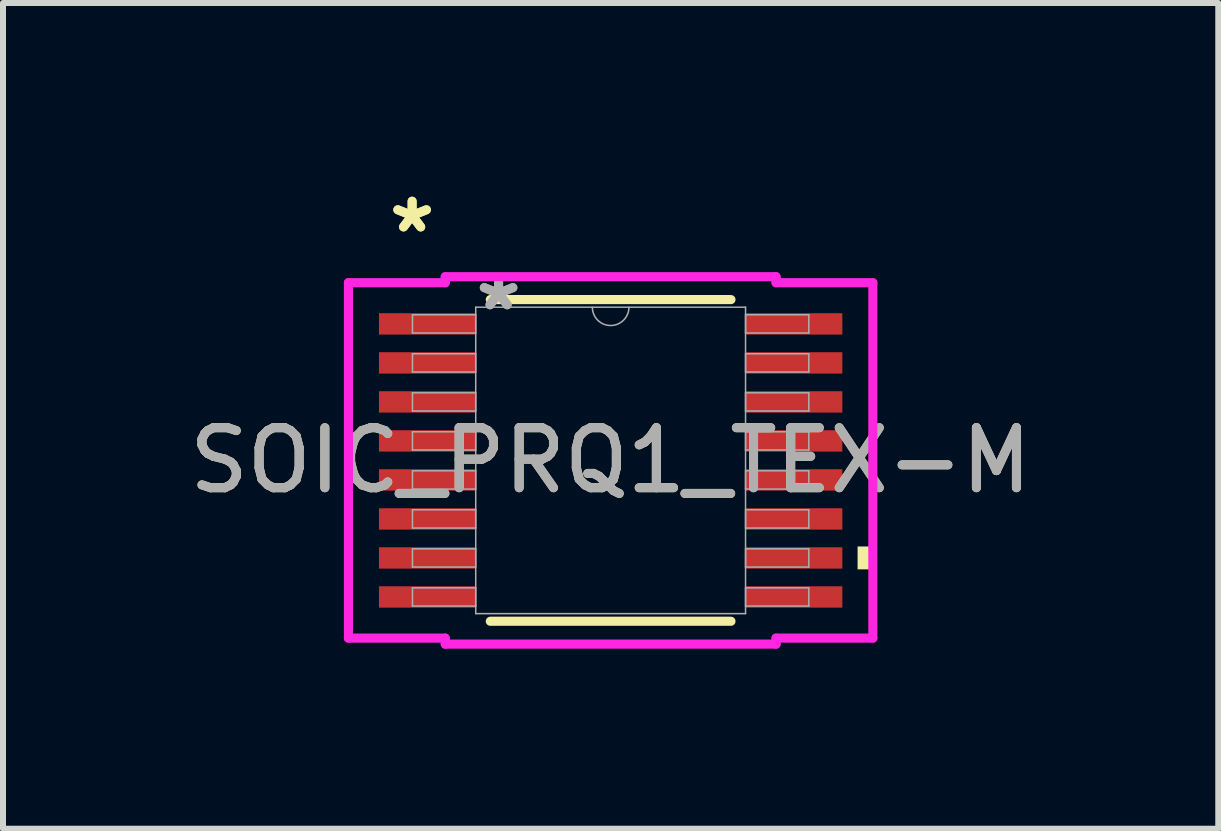
<source format=kicad_pcb>
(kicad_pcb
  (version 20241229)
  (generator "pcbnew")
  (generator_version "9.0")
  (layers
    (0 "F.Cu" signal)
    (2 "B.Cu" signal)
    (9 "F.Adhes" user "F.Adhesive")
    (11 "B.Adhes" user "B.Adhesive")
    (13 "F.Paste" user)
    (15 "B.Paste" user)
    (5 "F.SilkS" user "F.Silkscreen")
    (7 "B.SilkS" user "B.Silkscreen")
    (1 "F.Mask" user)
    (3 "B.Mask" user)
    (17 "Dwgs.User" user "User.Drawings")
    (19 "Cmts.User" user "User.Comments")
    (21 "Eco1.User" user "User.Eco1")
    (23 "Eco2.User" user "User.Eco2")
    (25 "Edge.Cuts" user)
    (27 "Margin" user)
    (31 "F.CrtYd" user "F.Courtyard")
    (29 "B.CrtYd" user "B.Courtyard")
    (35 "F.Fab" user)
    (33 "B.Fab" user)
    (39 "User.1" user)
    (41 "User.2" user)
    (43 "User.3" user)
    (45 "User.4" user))
  (footprint "SOIC_PRQ1_TEX-M"
    (layer "F.Cu")
    (at 7.125 4.622)
    (property "Reference" "SOIC_PRQ1_TEX-M" (at 0 0 0) (unlocked yes) (layer "F.SilkS") (effects (font (size 1 1) (thickness 0.15))))
    (attr smd)
    (fp_line (start -2.005 2.68) (end 2.005 2.68) (stroke (width 0.152) (type solid)) (layer "F.SilkS"))
    (fp_line (start 2.005 -2.68) (end -2.005 -2.68) (stroke (width 0.152) (type solid)) (layer "F.SilkS"))
    (fp_poly (pts (xy 4.369 1.434) (xy 4.369 1.815) (xy 4.115 1.815) (xy 4.115 1.434)) (stroke (width 0) (type solid)) (fill yes) (layer "F.SilkS"))
    (fp_line (start -4.369 -2.961) (end -2.756 -2.961) (stroke (width 0.152) (type solid)) (layer "F.CrtYd"))
    (fp_line (start -4.369 2.961) (end -4.369 -2.961) (stroke (width 0.152) (type solid)) (layer "F.CrtYd"))
    (fp_line (start -4.369 2.961) (end -2.756 2.961) (stroke (width 0.152) (type solid)) (layer "F.CrtYd"))
    (fp_line (start -2.756 -3.061) (end 2.756 -3.061) (stroke (width 0.152) (type solid)) (layer "F.CrtYd"))
    (fp_line (start -2.756 -2.961) (end -2.756 -3.061) (stroke (width 0.152) (type solid)) (layer "F.CrtYd"))
    (fp_line (start -2.756 3.061) (end -2.756 2.961) (stroke (width 0.152) (type solid)) (layer "F.CrtYd"))
    (fp_line (start 2.756 -3.061) (end 2.756 -2.961) (stroke (width 0.152) (type solid)) (layer "F.CrtYd"))
    (fp_line (start 2.756 2.961) (end 2.756 3.061) (stroke (width 0.152) (type solid)) (layer "F.CrtYd"))
    (fp_line (start 2.756 3.061) (end -2.756 3.061) (stroke (width 0.152) (type solid)) (layer "F.CrtYd"))
    (fp_line (start 4.369 -2.961) (end 2.756 -2.961) (stroke (width 0.152) (type solid)) (layer "F.CrtYd"))
    (fp_line (start 4.369 -2.961) (end 4.369 2.961) (stroke (width 0.152) (type solid)) (layer "F.CrtYd"))
    (fp_line (start 4.369 2.961) (end 2.756 2.961) (stroke (width 0.152) (type solid)) (layer "F.CrtYd"))
    (fp_line (start -3.302 -2.427) (end -3.302 -2.123) (stroke (width 0.025) (type solid)) (layer "F.Fab"))
    (fp_line (start -3.302 -2.123) (end -2.248 -2.123) (stroke (width 0.025) (type solid)) (layer "F.Fab"))
    (fp_line (start -3.302 -1.777) (end -3.302 -1.473) (stroke (width 0.025) (type solid)) (layer "F.Fab"))
    (fp_line (start -3.302 -1.473) (end -2.248 -1.473) (stroke (width 0.025) (type solid)) (layer "F.Fab"))
    (fp_line (start -3.302 -1.127) (end -3.302 -0.823) (stroke (width 0.025) (type solid)) (layer "F.Fab"))
    (fp_line (start -3.302 -0.823) (end -2.248 -0.823) (stroke (width 0.025) (type solid)) (layer "F.Fab"))
    (fp_line (start -3.302 -0.477) (end -3.302 -0.173) (stroke (width 0.025) (type solid)) (layer "F.Fab"))
    (fp_line (start -3.302 -0.173) (end -2.248 -0.173) (stroke (width 0.025) (type solid)) (layer "F.Fab"))
    (fp_line (start -3.302 0.173) (end -3.302 0.477) (stroke (width 0.025) (type solid)) (layer "F.Fab"))
    (fp_line (start -3.302 0.477) (end -2.248 0.477) (stroke (width 0.025) (type solid)) (layer "F.Fab"))
    (fp_line (start -3.302 0.823) (end -3.302 1.127) (stroke (width 0.025) (type solid)) (layer "F.Fab"))
    (fp_line (start -3.302 1.127) (end -2.248 1.127) (stroke (width 0.025) (type solid)) (layer "F.Fab"))
    (fp_line (start -3.302 1.473) (end -3.302 1.777) (stroke (width 0.025) (type solid)) (layer "F.Fab"))
    (fp_line (start -3.302 1.777) (end -2.248 1.777) (stroke (width 0.025) (type solid)) (layer "F.Fab"))
    (fp_line (start -3.302 2.123) (end -3.302 2.427) (stroke (width 0.025) (type solid)) (layer "F.Fab"))
    (fp_line (start -3.302 2.427) (end -2.248 2.427) (stroke (width 0.025) (type solid)) (layer "F.Fab"))
    (fp_line (start -2.248 -2.553) (end -2.248 2.553) (stroke (width 0.025) (type solid)) (layer "F.Fab"))
    (fp_line (start -2.248 -2.427) (end -3.302 -2.427) (stroke (width 0.025) (type solid)) (layer "F.Fab"))
    (fp_line (start -2.248 -2.123) (end -2.248 -2.427) (stroke (width 0.025) (type solid)) (layer "F.Fab"))
    (fp_line (start -2.248 -1.777) (end -3.302 -1.777) (stroke (width 0.025) (type solid)) (layer "F.Fab"))
    (fp_line (start -2.248 -1.473) (end -2.248 -1.777) (stroke (width 0.025) (type solid)) (layer "F.Fab"))
    (fp_line (start -2.248 -1.127) (end -3.302 -1.127) (stroke (width 0.025) (type solid)) (layer "F.Fab"))
    (fp_line (start -2.248 -0.823) (end -2.248 -1.127) (stroke (width 0.025) (type solid)) (layer "F.Fab"))
    (fp_line (start -2.248 -0.477) (end -3.302 -0.477) (stroke (width 0.025) (type solid)) (layer "F.Fab"))
    (fp_line (start -2.248 -0.173) (end -2.248 -0.477) (stroke (width 0.025) (type solid)) (layer "F.Fab"))
    (fp_line (start -2.248 0.173) (end -3.302 0.173) (stroke (width 0.025) (type solid)) (layer "F.Fab"))
    (fp_line (start -2.248 0.477) (end -2.248 0.173) (stroke (width 0.025) (type solid)) (layer "F.Fab"))
    (fp_line (start -2.248 0.823) (end -3.302 0.823) (stroke (width 0.025) (type solid)) (layer "F.Fab"))
    (fp_line (start -2.248 1.127) (end -2.248 0.823) (stroke (width 0.025) (type solid)) (layer "F.Fab"))
    (fp_line (start -2.248 1.473) (end -3.302 1.473) (stroke (width 0.025) (type solid)) (layer "F.Fab"))
    (fp_line (start -2.248 1.777) (end -2.248 1.473) (stroke (width 0.025) (type solid)) (layer "F.Fab"))
    (fp_line (start -2.248 2.123) (end -3.302 2.123) (stroke (width 0.025) (type solid)) (layer "F.Fab"))
    (fp_line (start -2.248 2.427) (end -2.248 2.123) (stroke (width 0.025) (type solid)) (layer "F.Fab"))
    (fp_line (start -2.248 2.553) (end 2.248 2.553) (stroke (width 0.025) (type solid)) (layer "F.Fab"))
    (fp_line (start 2.248 -2.553) (end -2.248 -2.553) (stroke (width 0.025) (type solid)) (layer "F.Fab"))
    (fp_line (start 2.248 -2.427) (end 2.248 -2.123) (stroke (width 0.025) (type solid)) (layer "F.Fab"))
    (fp_line (start 2.248 -2.123) (end 3.302 -2.123) (stroke (width 0.025) (type solid)) (layer "F.Fab"))
    (fp_line (start 2.248 -1.777) (end 2.248 -1.473) (stroke (width 0.025) (type solid)) (layer "F.Fab"))
    (fp_line (start 2.248 -1.473) (end 3.302 -1.473) (stroke (width 0.025) (type solid)) (layer "F.Fab"))
    (fp_line (start 2.248 -1.127) (end 2.248 -0.823) (stroke (width 0.025) (type solid)) (layer "F.Fab"))
    (fp_line (start 2.248 -0.823) (end 3.302 -0.823) (stroke (width 0.025) (type solid)) (layer "F.Fab"))
    (fp_line (start 2.248 -0.477) (end 2.248 -0.173) (stroke (width 0.025) (type solid)) (layer "F.Fab"))
    (fp_line (start 2.248 -0.173) (end 3.302 -0.173) (stroke (width 0.025) (type solid)) (layer "F.Fab"))
    (fp_line (start 2.248 0.173) (end 2.248 0.477) (stroke (width 0.025) (type solid)) (layer "F.Fab"))
    (fp_line (start 2.248 0.477) (end 3.302 0.477) (stroke (width 0.025) (type solid)) (layer "F.Fab"))
    (fp_line (start 2.248 0.823) (end 2.248 1.127) (stroke (width 0.025) (type solid)) (layer "F.Fab"))
    (fp_line (start 2.248 1.127) (end 3.302 1.127) (stroke (width 0.025) (type solid)) (layer "F.Fab"))
    (fp_line (start 2.248 1.473) (end 2.248 1.777) (stroke (width 0.025) (type solid)) (layer "F.Fab"))
    (fp_line (start 2.248 1.777) (end 3.302 1.777) (stroke (width 0.025) (type solid)) (layer "F.Fab"))
    (fp_line (start 2.248 2.123) (end 2.248 2.427) (stroke (width 0.025) (type solid)) (layer "F.Fab"))
    (fp_line (start 2.248 2.427) (end 3.302 2.427) (stroke (width 0.025) (type solid)) (layer "F.Fab"))
    (fp_line (start 2.248 2.553) (end 2.248 -2.553) (stroke (width 0.025) (type solid)) (layer "F.Fab"))
    (fp_line (start 3.302 -2.427) (end 2.248 -2.427) (stroke (width 0.025) (type solid)) (layer "F.Fab"))
    (fp_line (start 3.302 -2.123) (end 3.302 -2.427) (stroke (width 0.025) (type solid)) (layer "F.Fab"))
    (fp_line (start 3.302 -1.777) (end 2.248 -1.777) (stroke (width 0.025) (type solid)) (layer "F.Fab"))
    (fp_line (start 3.302 -1.473) (end 3.302 -1.777) (stroke (width 0.025) (type solid)) (layer "F.Fab"))
    (fp_line (start 3.302 -1.127) (end 2.248 -1.127) (stroke (width 0.025) (type solid)) (layer "F.Fab"))
    (fp_line (start 3.302 -0.823) (end 3.302 -1.127) (stroke (width 0.025) (type solid)) (layer "F.Fab"))
    (fp_line (start 3.302 -0.477) (end 2.248 -0.477) (stroke (width 0.025) (type solid)) (layer "F.Fab"))
    (fp_line (start 3.302 -0.173) (end 3.302 -0.477) (stroke (width 0.025) (type solid)) (layer "F.Fab"))
    (fp_line (start 3.302 0.173) (end 2.248 0.173) (stroke (width 0.025) (type solid)) (layer "F.Fab"))
    (fp_line (start 3.302 0.477) (end 3.302 0.173) (stroke (width 0.025) (type solid)) (layer "F.Fab"))
    (fp_line (start 3.302 0.823) (end 2.248 0.823) (stroke (width 0.025) (type solid)) (layer "F.Fab"))
    (fp_line (start 3.302 1.127) (end 3.302 0.823) (stroke (width 0.025) (type solid)) (layer "F.Fab"))
    (fp_line (start 3.302 1.473) (end 2.248 1.473) (stroke (width 0.025) (type solid)) (layer "F.Fab"))
    (fp_line (start 3.302 1.777) (end 3.302 1.473) (stroke (width 0.025) (type solid)) (layer "F.Fab"))
    (fp_line (start 3.302 2.123) (end 2.248 2.123) (stroke (width 0.025) (type solid)) (layer "F.Fab"))
    (fp_line (start 3.302 2.427) (end 3.302 2.123) (stroke (width 0.025) (type solid)) (layer "F.Fab"))
    (fp_arc (start 0.3048 -2.5527) (mid 0 -2.2479) (end -0.3048 -2.5527) (stroke (width 0.0254) (type solid)) (layer "F.Fab"))
    (fp_text user "*" (at -3.308 -3.774 0) (unlocked yes) (layer "F.SilkS") (effects (font (size 1 1) (thickness 0.15))))
    (fp_text user "*" (at -3.308 -3.774 0) (layer "F.SilkS") (effects (font (size 1 1) (thickness 0.15))))
    (fp_text user "${REFERENCE}" (at 0 0 0) (unlocked yes) (layer "F.Fab") (effects (font (size 1 1) (thickness 0.15))))
    (fp_text user "*" (at -1.867 -2.477 0) (unlocked yes) (layer "F.Fab") (effects (font (size 1 1) (thickness 0.15))))
    (fp_text user "*" (at -1.867 -2.477 0) (layer "F.Fab") (effects (font (size 1 1) (thickness 0.15))))
    (pad "1" smd rect (at -3.054 -2.275) (size 1.613 0.356) (layers "F.Cu" "F.Mask" "F.Paste"))
    (pad "2" smd rect (at -3.054 -1.625) (size 1.613 0.356) (layers "F.Cu" "F.Mask" "F.Paste"))
    (pad "3" smd rect (at -3.054 -0.975) (size 1.613 0.356) (layers "F.Cu" "F.Mask" "F.Paste"))
    (pad "4" smd rect (at -3.054 -0.325) (size 1.613 0.356) (layers "F.Cu" "F.Mask" "F.Paste"))
    (pad "5" smd rect (at -3.054 0.325) (size 1.613 0.356) (layers "F.Cu" "F.Mask" "F.Paste"))
    (pad "6" smd rect (at -3.054 0.975) (size 1.613 0.356) (layers "F.Cu" "F.Mask" "F.Paste"))
    (pad "7" smd rect (at -3.054 1.625) (size 1.613 0.356) (layers "F.Cu" "F.Mask" "F.Paste"))
    (pad "8" smd rect (at -3.054 2.275) (size 1.613 0.356) (layers "F.Cu" "F.Mask" "F.Paste"))
    (pad "9" smd rect (at 3.054 2.275) (size 1.613 0.356) (layers "F.Cu" "F.Mask" "F.Paste"))
    (pad "10" smd rect (at 3.054 1.625) (size 1.613 0.356) (layers "F.Cu" "F.Mask" "F.Paste"))
    (pad "11" smd rect (at 3.054 0.975) (size 1.613 0.356) (layers "F.Cu" "F.Mask" "F.Paste"))
    (pad "12" smd rect (at 3.054 0.325) (size 1.613 0.356) (layers "F.Cu" "F.Mask" "F.Paste"))
    (pad "13" smd rect (at 3.054 -0.325) (size 1.613 0.356) (layers "F.Cu" "F.Mask" "F.Paste"))
    (pad "14" smd rect (at 3.054 -0.975) (size 1.613 0.356) (layers "F.Cu" "F.Mask" "F.Paste"))
    (pad "15" smd rect (at 3.054 -1.625) (size 1.613 0.356) (layers "F.Cu" "F.Mask" "F.Paste"))
    (pad "16" smd rect (at 3.054 -2.275) (size 1.613 0.356) (layers "F.Cu" "F.Mask" "F.Paste")))
  (gr_rect
    (start -3 -3)
    (end 17.25 10.759)
    (stroke (width 0.1) (type default))
    (fill no)
    (layer "Edge.Cuts")))
</source>
